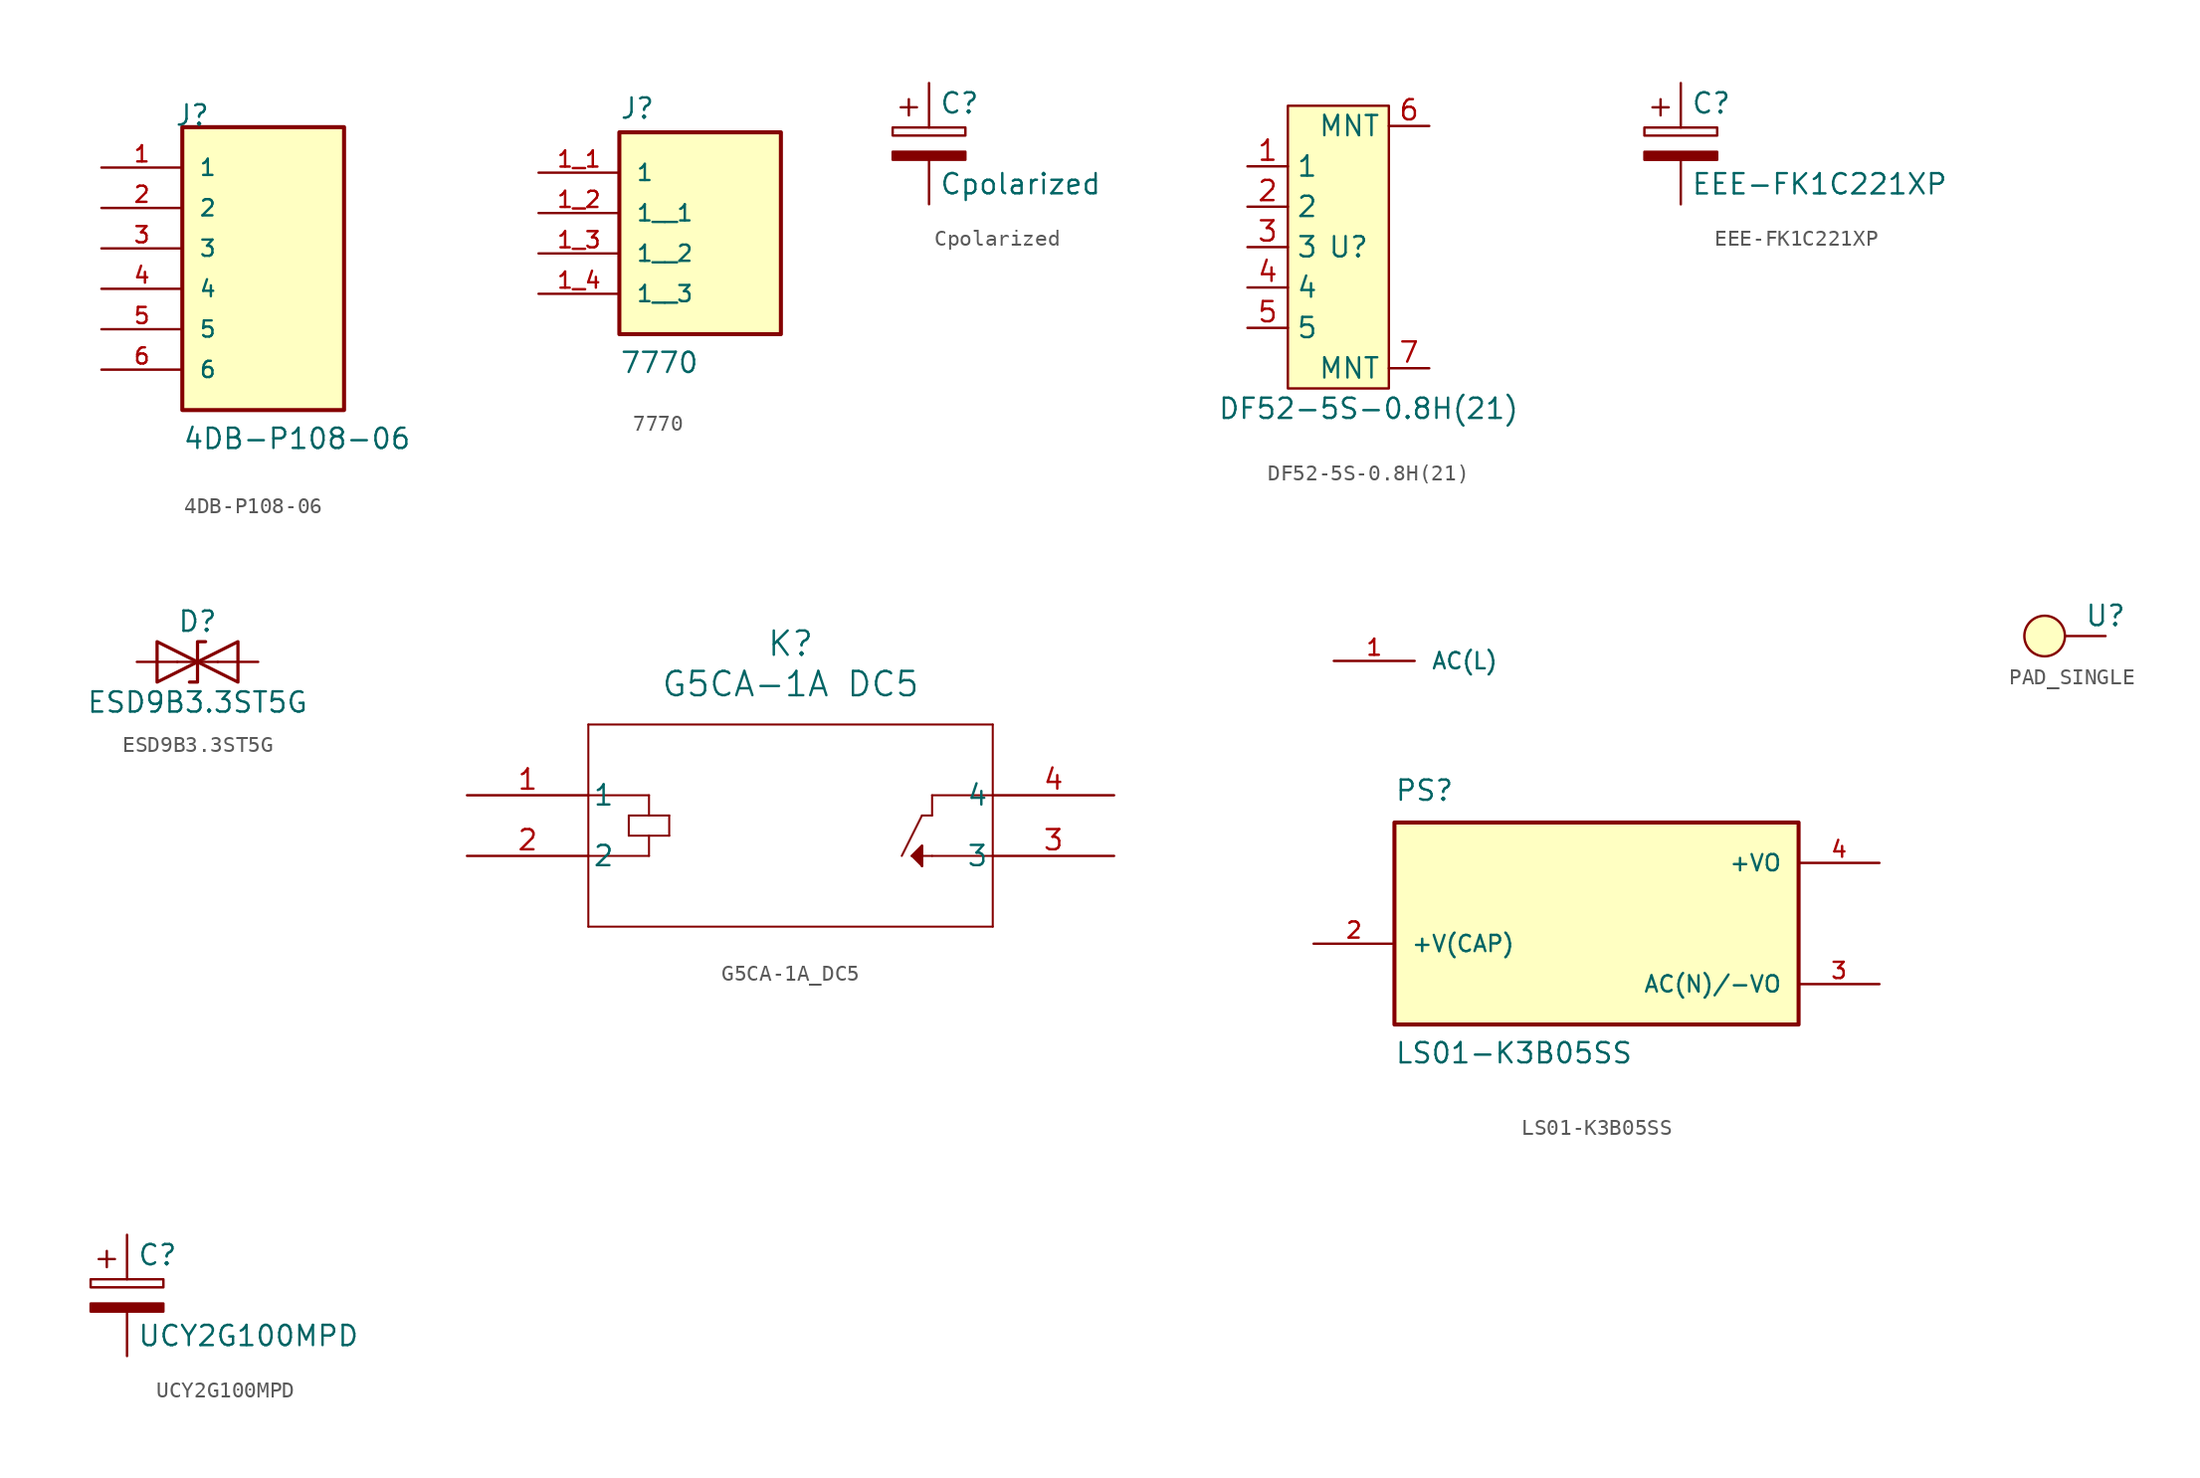
<source format=kicad_sym>
(kicad_symbol_lib
  (version 20220914)
  (generator kicad_symbol_editor)
  (symbol "4DB-P108-06"
    (pin_names
      (offset 1.016))
    (property "Reference" "J"
      (at -5.58 10.16 0)
      (effects (font (size 1.27 1.27)) (justify left bottom)))
    (property "Value" "4DB-P108-06"
      (at -5.08 -10.16 0)
      (effects (font (size 1.27 1.27)) (justify left bottom)))
    (symbol "4DB-P108-06_0_0"
      (rectangle (start -5.08 -7.62) (end 5.08 10.16) (stroke (width 0.254) (type default)) (fill (type background)))
      (pin passive line (at -10.16 7.62 0) (length 5.08) (name "1" (effects (font (size 1.016 1.016)))) (number "1" (effects (font (size 1.016 1.016)))))
      (pin passive line (at -10.16 5.08 0) (length 5.08) (name "2" (effects (font (size 1.016 1.016)))) (number "2" (effects (font (size 1.016 1.016)))))
      (pin passive line (at -10.16 2.54 0) (length 5.08) (name "3" (effects (font (size 1.016 1.016)))) (number "3" (effects (font (size 1.016 1.016)))))
      (pin passive line (at -10.16 0 0) (length 5.08) (name "4" (effects (font (size 1.016 1.016)))) (number "4" (effects (font (size 1.016 1.016)))))
      (pin passive line (at -10.16 -2.54 0) (length 5.08) (name "5" (effects (font (size 1.016 1.016)))) (number "5" (effects (font (size 1.016 1.016)))))
      (pin passive line (at -10.16 -5.08 0) (length 5.08) (name "6" (effects (font (size 1.016 1.016)))) (number "6" (effects (font (size 1.016 1.016)))))))
  (symbol "7770"
    (pin_names
      (offset 1.016))
    (property "Reference" "J"
      (at -5.08 3.302 0)
      (effects (font (size 1.27 1.27)) (justify left bottom)))
    (property "Value" "7770"
      (at -5.08 -12.7 0)
      (effects (font (size 1.27 1.27)) (justify left bottom)))
    (symbol "7770_0_0"
      (rectangle (start -5.08 -10.16) (end 5.08 2.54) (stroke (width 0.254) (type default)) (fill (type background)))
      (pin passive line (at -10.16 0 0) (length 5.08) (name "1" (effects (font (size 1.016 1.016)))) (number "1_1" (effects (font (size 1.016 1.016)))))
      (pin passive line (at -10.16 -2.54 0) (length 5.08) (name "1__1" (effects (font (size 1.016 1.016)))) (number "1_2" (effects (font (size 1.016 1.016)))))
      (pin passive line (at -10.16 -5.08 0) (length 5.08) (name "1__2" (effects (font (size 1.016 1.016)))) (number "1_3" (effects (font (size 1.016 1.016)))))
      (pin passive line (at -10.16 -7.62 0) (length 5.08) (name "1__3" (effects (font (size 1.016 1.016)))) (number "1_4" (effects (font (size 1.016 1.016)))))))
  (symbol "Cpolarized"
    (pin_numbers hide)
    (pin_names
      (offset 0.254))
    (property "Reference" "C"
      (at 0.635 2.54 0)
      (effects (font (size 1.27 1.27)) (justify left)))
    (property "Value" "Cpolarized"
      (at 0.635 -2.54 0)
      (effects (font (size 1.27 1.27)) (justify left)))
    (symbol "Cpolarized_0_1"
      (rectangle (start -2.286 0.508) (end 2.286 1.016) (stroke (width 0) (type default)) (fill (type none)))
      (polyline (pts (xy -1.778 2.286) (xy -0.762 2.286)) (stroke (width 0) (type default)) (fill (type none)))
      (polyline (pts (xy -1.27 2.794) (xy -1.27 1.778)) (stroke (width 0) (type default)) (fill (type none)))
      (rectangle (start 2.286 -0.508) (end -2.286 -1.016) (stroke (width 0) (type default)) (fill (type outline))))
    (symbol "Cpolarized_1_1"
      (pin passive line (at 0 3.81 270) (length 2.794) (name "~" (effects (font (size 1.27 1.27)))) (number "1" (effects (font (size 1.27 1.27)))))
      (pin passive line (at 0 -3.81 90) (length 2.794) (name "~" (effects (font (size 1.27 1.27)))) (number "2" (effects (font (size 1.27 1.27)))))))
  (symbol "DF52-5S-0.8H(21)"
    (property "Reference" "U"
      (at 0 0 0)
      (effects (font (size 1.27 1.27))))
    (property "Value" "DF52-5S-0.8H(21)"
      (at 1.27 -10.16 0)
      (effects (font (size 1.27 1.27))))
    (symbol "DF52-5S-0.8H(21)_0_1"
      (rectangle (start -3.81 8.89) (end 2.54 -8.89) (stroke (width 0) (type default)) (fill (type background))))
    (symbol "DF52-5S-0.8H(21)_1_1"
      (pin input line (at -6.35 5.08 0) (length 2.54) (name "1" (effects (font (size 1.27 1.27)))) (number "1" (effects (font (size 1.27 1.27)))))
      (pin input line (at -6.35 2.54 0) (length 2.54) (name "2" (effects (font (size 1.27 1.27)))) (number "2" (effects (font (size 1.27 1.27)))))
      (pin input line (at -6.35 0 0) (length 2.54) (name "3" (effects (font (size 1.27 1.27)))) (number "3" (effects (font (size 1.27 1.27)))))
      (pin input line (at -6.35 -2.54 0) (length 2.54) (name "4" (effects (font (size 1.27 1.27)))) (number "4" (effects (font (size 1.27 1.27)))))
      (pin input line (at -6.35 -5.08 0) (length 2.54) (name "5" (effects (font (size 1.27 1.27)))) (number "5" (effects (font (size 1.27 1.27)))))
      (pin input line (at 5.08 7.62 180) (length 2.54) (name "MNT" (effects (font (size 1.27 1.27)))) (number "6" (effects (font (size 1.27 1.27)))))
      (pin input line (at 5.08 -7.62 180) (length 2.54) (name "MNT" (effects (font (size 1.27 1.27)))) (number "7" (effects (font (size 1.27 1.27)))))))
  (symbol "EEE-FK1C221XP"
    (pin_numbers hide)
    (pin_names
      (offset 0.254))
    (property "Reference" "C"
      (at 0.635 2.54 0)
      (effects (font (size 1.27 1.27)) (justify left)))
    (property "Value" "EEE-FK1C221XP"
      (at 0.635 -2.54 0)
      (effects (font (size 1.27 1.27)) (justify left)))
    (symbol "EEE-FK1C221XP_0_1"
      (rectangle (start -2.286 0.508) (end 2.286 1.016) (stroke (width 0) (type default)) (fill (type none)))
      (polyline (pts (xy -1.778 2.286) (xy -0.762 2.286)) (stroke (width 0) (type default)) (fill (type none)))
      (polyline (pts (xy -1.27 2.794) (xy -1.27 1.778)) (stroke (width 0) (type default)) (fill (type none)))
      (rectangle (start 2.286 -0.508) (end -2.286 -1.016) (stroke (width 0) (type default)) (fill (type outline))))
    (symbol "EEE-FK1C221XP_1_1"
      (pin passive line (at 0 3.81 270) (length 2.794) (name "~" (effects (font (size 1.27 1.27)))) (number "1" (effects (font (size 1.27 1.27)))))
      (pin passive line (at 0 -3.81 90) (length 2.794) (name "~" (effects (font (size 1.27 1.27)))) (number "2" (effects (font (size 1.27 1.27)))))))
  (symbol "ESD9B3.3ST5G"
    (pin_numbers hide)
    (pin_names
      (offset 1.016) hide)
    (property "Reference" "D"
      (at 0 2.54 0)
      (effects (font (size 1.27 1.27))))
    (property "Value" "ESD9B3.3ST5G"
      (at 0 -2.54 0)
      (effects (font (size 1.27 1.27))))
    (symbol "ESD9B3.3ST5G_0_1"
      (polyline (pts (xy 1.27 0) (xy -1.27 0)) (stroke (width 0) (type default)) (fill (type none)))
      (polyline (pts (xy -2.54 -1.27) (xy 0 0) (xy -2.54 1.27) (xy -2.54 -1.27)) (stroke (width 0.203) (type default)) (fill (type none)))
      (polyline (pts (xy 0.508 1.27) (xy 0 1.27) (xy 0 -1.27) (xy -0.508 -1.27)) (stroke (width 0.203) (type default)) (fill (type none)))
      (polyline (pts (xy 2.54 1.27) (xy 2.54 -1.27) (xy 0 0) (xy 2.54 1.27)) (stroke (width 0.203) (type default)) (fill (type none))))
    (symbol "ESD9B3.3ST5G_1_1"
      (pin passive line (at -3.81 0 0) (length 2.54) (name "A1" (effects (font (size 1.27 1.27)))) (number "1" (effects (font (size 1.27 1.27)))))
      (pin passive line (at 3.81 0 180) (length 2.54) (name "A2" (effects (font (size 1.27 1.27)))) (number "2" (effects (font (size 1.27 1.27)))))))
  (symbol "G5CA-1A_DC5"
    (pin_names
      (offset 0.254))
    (property "Reference" "K"
      (at 20.32 9.525 0)
      (effects (font (size 1.524 1.524))))
    (property "Value" "G5CA-1A DC5"
      (at 20.32 6.985 0)
      (effects (font (size 1.524 1.524))))
    (symbol "G5CA-1A_DC5_0_1"
      (polyline (pts (xy 7.62 -8.255) (xy 33.02 -8.255)) (stroke (width 0.127) (type default)) (fill (type none)))
      (polyline (pts (xy 7.62 -3.81) (xy 11.43 -3.81)) (stroke (width 0.127) (type default)) (fill (type none)))
      (polyline (pts (xy 7.62 0) (xy 11.43 0)) (stroke (width 0.127) (type default)) (fill (type none)))
      (polyline (pts (xy 7.62 4.445) (xy 7.62 -8.255)) (stroke (width 0.127) (type default)) (fill (type none)))
      (polyline (pts (xy 10.16 -2.54) (xy 10.16 -1.27)) (stroke (width 0.127) (type default)) (fill (type none)))
      (polyline (pts (xy 10.16 -2.54) (xy 12.7 -2.54)) (stroke (width 0.127) (type default)) (fill (type none)))
      (polyline (pts (xy 10.16 -1.27) (xy 12.7 -1.27)) (stroke (width 0.127) (type default)) (fill (type none)))
      (polyline (pts (xy 11.43 -2.54) (xy 11.43 -3.81)) (stroke (width 0.127) (type default)) (fill (type none)))
      (polyline (pts (xy 11.43 0) (xy 11.43 -1.27)) (stroke (width 0.127) (type default)) (fill (type none)))
      (polyline (pts (xy 12.7 -1.27) (xy 12.7 -2.54)) (stroke (width 0.127) (type default)) (fill (type none)))
      (polyline (pts (xy 27.94 -3.81) (xy 28.575 -3.175)) (stroke (width 0.127) (type default)) (fill (type none)))
      (polyline (pts (xy 28.575 -4.445) (xy 27.94 -3.81)) (stroke (width 0.127) (type default)) (fill (type none)))
      (polyline (pts (xy 28.575 -4.445) (xy 28.575 -3.175)) (stroke (width 0.127) (type default)) (fill (type none)))
      (polyline (pts (xy 28.575 -1.27) (xy 27.305 -3.81)) (stroke (width 0.127) (type default)) (fill (type none)))
      (polyline (pts (xy 29.21 -3.81) (xy 28.575 -3.81)) (stroke (width 0.127) (type default)) (fill (type none)))
      (polyline (pts (xy 29.21 -1.27) (xy 28.575 -1.27)) (stroke (width 0.127) (type default)) (fill (type none)))
      (polyline (pts (xy 29.21 0) (xy 29.21 -1.27)) (stroke (width 0.127) (type default)) (fill (type none)))
      (polyline (pts (xy 33.02 -8.255) (xy 33.02 4.445)) (stroke (width 0.127) (type default)) (fill (type none)))
      (polyline (pts (xy 33.02 -3.81) (xy 29.21 -3.81)) (stroke (width 0.127) (type default)) (fill (type none)))
      (polyline (pts (xy 33.02 0) (xy 29.21 0)) (stroke (width 0.127) (type default)) (fill (type none)))
      (polyline (pts (xy 33.02 4.445) (xy 7.62 4.445)) (stroke (width 0.127) (type default)) (fill (type none)))
      (polyline (pts (xy 27.94 -3.81) (xy 28.575 -3.175) (xy 28.575 -4.445)) (stroke (width 0) (type default)) (fill (type outline)))
      (pin unspecified line (at 0 0 0) (length 7.62) (name "1" (effects (font (size 1.27 1.27)))) (number "1" (effects (font (size 1.27 1.27)))))
      (pin unspecified line (at 0 -3.81 0) (length 7.62) (name "2" (effects (font (size 1.27 1.27)))) (number "2" (effects (font (size 1.27 1.27)))))
      (pin unspecified line (at 40.64 -3.81 180) (length 7.62) (name "3" (effects (font (size 1.27 1.27)))) (number "3" (effects (font (size 1.27 1.27)))))
      (pin unspecified line (at 40.64 0 180) (length 7.62) (name "4" (effects (font (size 1.27 1.27)))) (number "4" (effects (font (size 1.27 1.27)))))))
  (symbol "LS01-K3B05SS"
    (pin_names
      (offset 1.016))
    (property "Reference" "PS"
      (at -12.7 6.35 0)
      (effects (font (size 1.27 1.27)) (justify left bottom)))
    (property "Value" "LS01-K3B05SS"
      (at -12.7 -10.16 0)
      (effects (font (size 1.27 1.27)) (justify left bottom)))
    (symbol "LS01-K3B05SS_0_0"
      (rectangle (start -12.7 -7.62) (end 12.7 5.08) (stroke (width 0.254) (type default)) (fill (type background)))
      (pin input line (at -16.51 15.24 0) (length 5.08) (name "AC(L)" (effects (font (size 1.016 1.016)))) (number "1" (effects (font (size 1.016 1.016)))))
      (pin passive line (at -17.78 -2.54 0) (length 5.08) (name "+V(CAP)" (effects (font (size 1.016 1.016)))) (number "2" (effects (font (size 1.016 1.016)))))
      (pin bidirectional line (at 17.78 -5.08 180) (length 5.08) (name "AC(N)/-VO" (effects (font (size 1.016 1.016)))) (number "3" (effects (font (size 1.016 1.016)))))
      (pin output line (at 17.78 2.54 180) (length 5.08) (name "+VO" (effects (font (size 1.016 1.016)))) (number "4" (effects (font (size 1.016 1.016)))))))
  (symbol "PAD_SINGLE"
    (property "Reference" "U"
      (at 2.54 1.27 0)
      (effects (font (size 1.27 1.27))))
    (property "Value" ""
      (at 0 0 0)
      (effects (font (size 1.27 1.27))))
    (symbol "PAD_SINGLE_1_1"
      (circle (center -1.27 0) (radius 1.27) (stroke (width 0) (type default)) (fill (type background)))
      (pin passive line (at 2.54 0 180) (length 2.54) (name "" (effects (font (size 1.27 1.27)))) (number "" (effects (font (size 1.27 1.27)))))))
  (symbol "UCY2G100MPD"
    (pin_numbers hide)
    (pin_names
      (offset 0.254))
    (property "Reference" "C"
      (at 0.635 2.54 0)
      (effects (font (size 1.27 1.27)) (justify left)))
    (property "Value" "UCY2G100MPD"
      (at 0.635 -2.54 0)
      (effects (font (size 1.27 1.27)) (justify left)))
    (symbol "UCY2G100MPD_0_1"
      (rectangle (start -2.286 0.508) (end 2.286 1.016) (stroke (width 0) (type default)) (fill (type none)))
      (polyline (pts (xy -1.778 2.286) (xy -0.762 2.286)) (stroke (width 0) (type default)) (fill (type none)))
      (polyline (pts (xy -1.27 2.794) (xy -1.27 1.778)) (stroke (width 0) (type default)) (fill (type none)))
      (rectangle (start 2.286 -0.508) (end -2.286 -1.016) (stroke (width 0) (type default)) (fill (type outline))))
    (symbol "UCY2G100MPD_1_1"
      (pin passive line (at 0 3.81 270) (length 2.794) (name "~" (effects (font (size 1.27 1.27)))) (number "1" (effects (font (size 1.27 1.27)))))
      (pin passive line (at 0 -3.81 90) (length 2.794) (name "~" (effects (font (size 1.27 1.27)))) (number "2" (effects (font (size 1.27 1.27))))))))
</source>
